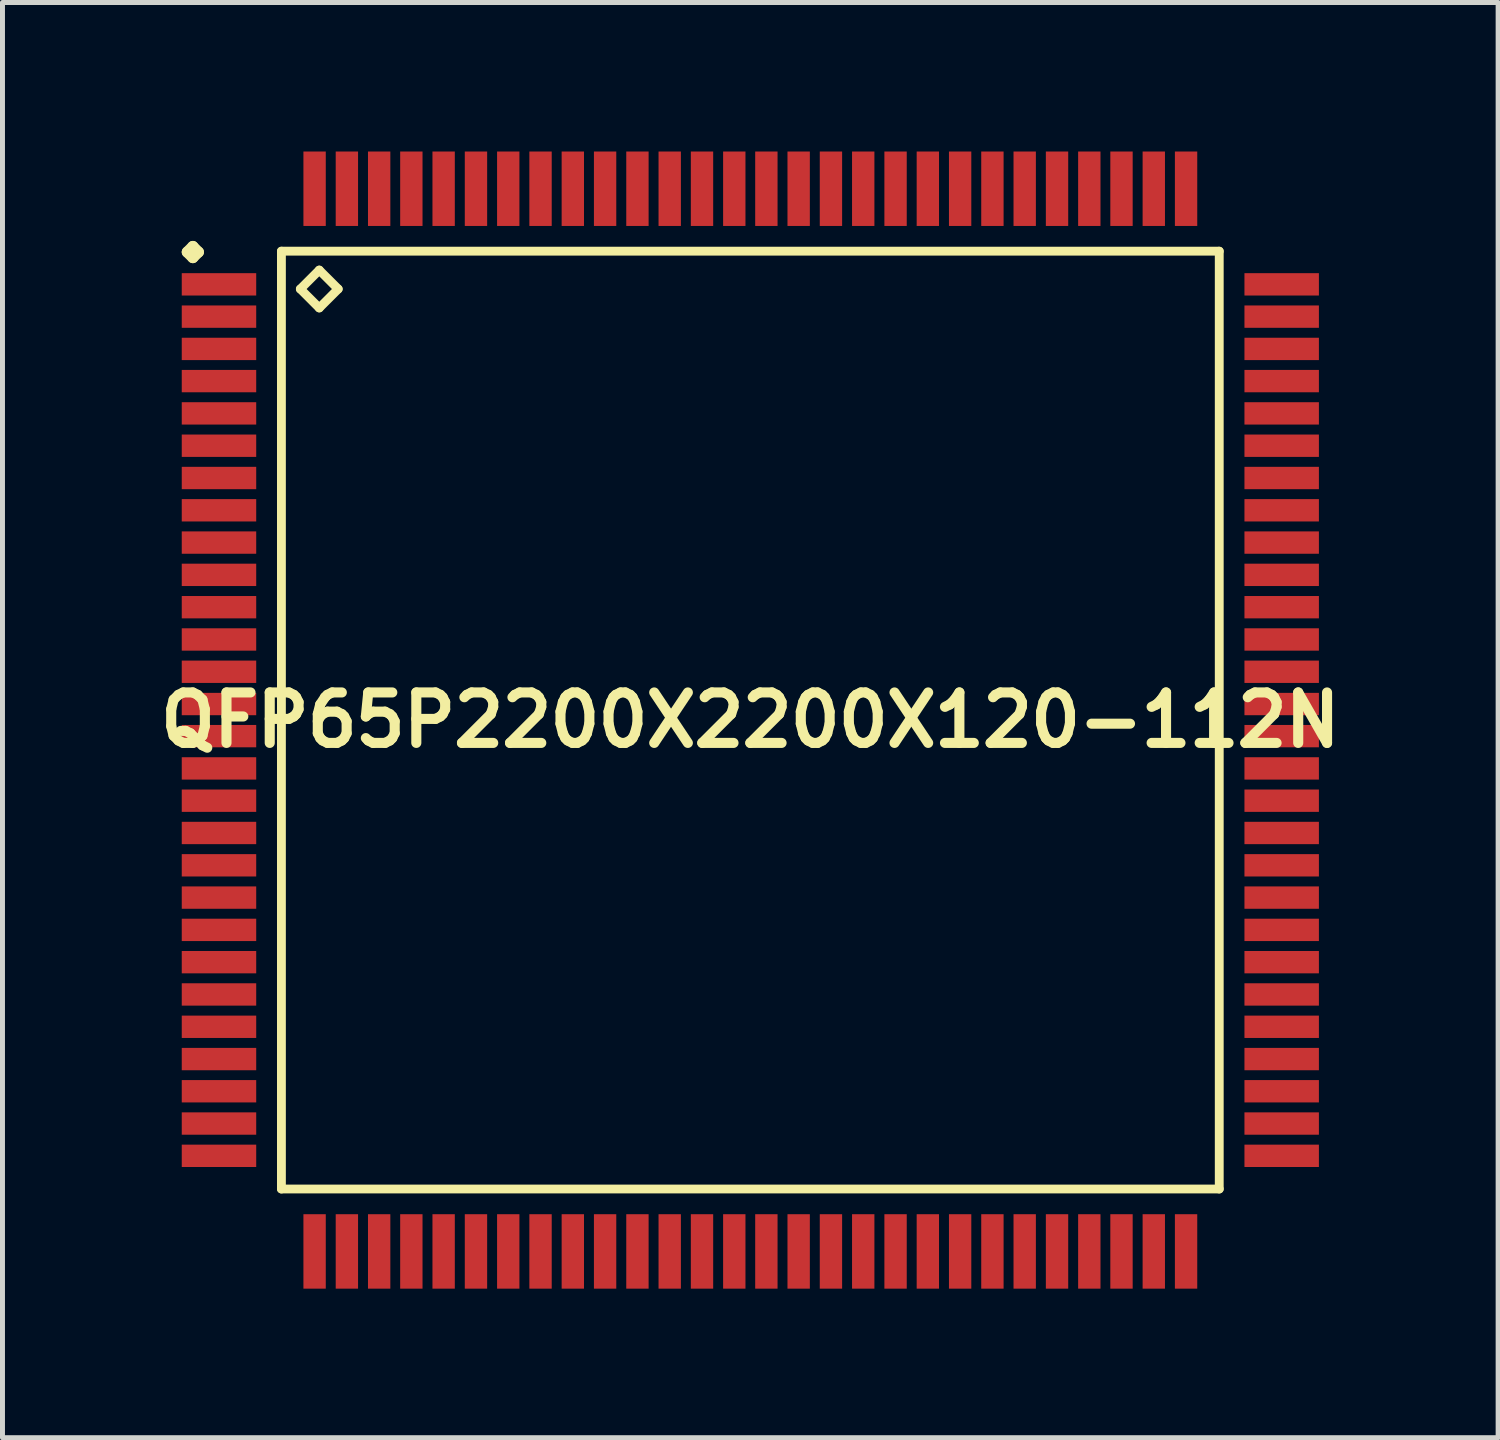
<source format=kicad_pcb>
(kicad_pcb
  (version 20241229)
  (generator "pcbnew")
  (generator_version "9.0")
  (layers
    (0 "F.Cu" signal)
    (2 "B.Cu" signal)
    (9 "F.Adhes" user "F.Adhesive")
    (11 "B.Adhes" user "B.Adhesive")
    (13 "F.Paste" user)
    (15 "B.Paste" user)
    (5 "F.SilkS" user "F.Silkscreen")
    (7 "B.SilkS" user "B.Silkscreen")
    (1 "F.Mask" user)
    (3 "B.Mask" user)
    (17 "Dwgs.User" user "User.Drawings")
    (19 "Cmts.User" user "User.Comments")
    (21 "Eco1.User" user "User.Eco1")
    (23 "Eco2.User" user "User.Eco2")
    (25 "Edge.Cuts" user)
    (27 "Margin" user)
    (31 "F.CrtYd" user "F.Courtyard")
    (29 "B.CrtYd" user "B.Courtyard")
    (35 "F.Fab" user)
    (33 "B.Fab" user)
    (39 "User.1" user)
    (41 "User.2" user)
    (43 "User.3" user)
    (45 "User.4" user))
  (footprint "QFP65P2200X2200X120-112N"
    (layer "F.Cu")
    (at 12.057 11.448)
    (property "Reference" "QFP65P2200X2200X120-112N" (at 0 0 0) (layer "F.SilkS") (effects (font (size 1.016 1.016) (thickness 0.203))))
    (attr smd)
    (fp_line (start -11.336 -9.423) (end -11.224 -9.535) (stroke (width 0.224) (type solid)) (layer "F.SilkS"))
    (fp_line (start -11.224 -9.535) (end -11.113 -9.423) (stroke (width 0.224) (type solid)) (layer "F.SilkS"))
    (fp_line (start -11.224 -9.312) (end -11.336 -9.423) (stroke (width 0.224) (type solid)) (layer "F.SilkS"))
    (fp_line (start -11.113 -9.423) (end -11.224 -9.312) (stroke (width 0.224) (type solid)) (layer "F.SilkS"))
    (fp_line (start -9.441 -9.441) (end -9.441 9.441) (stroke (width 0.178) (type solid)) (layer "F.SilkS"))
    (fp_line (start -9.441 9.441) (end 9.441 9.441) (stroke (width 0.178) (type solid)) (layer "F.SilkS"))
    (fp_line (start -9.06 -8.679) (end -8.679 -9.06) (stroke (width 0.178) (type solid)) (layer "F.SilkS"))
    (fp_line (start -8.679 -9.06) (end -8.298 -8.679) (stroke (width 0.178) (type solid)) (layer "F.SilkS"))
    (fp_line (start -8.679 -8.298) (end -9.06 -8.679) (stroke (width 0.178) (type solid)) (layer "F.SilkS"))
    (fp_line (start -8.298 -8.679) (end -8.679 -8.298) (stroke (width 0.178) (type solid)) (layer "F.SilkS"))
    (fp_line (start 9.441 -9.441) (end -9.441 -9.441) (stroke (width 0.178) (type solid)) (layer "F.SilkS"))
    (fp_line (start 9.441 9.441) (end 9.441 -9.441) (stroke (width 0.178) (type solid)) (layer "F.SilkS"))
    (pad "1" smd rect (at -10.698 -8.773) (size 1.499 0.45) (layers "F.Cu" "F.Mask" "F.Paste"))
    (pad "2" smd rect (at -10.698 -8.123) (size 1.499 0.45) (layers "F.Cu" "F.Mask" "F.Paste"))
    (pad "3" smd rect (at -10.698 -7.473) (size 1.499 0.45) (layers "F.Cu" "F.Mask" "F.Paste"))
    (pad "4" smd rect (at -10.698 -6.825) (size 1.499 0.45) (layers "F.Cu" "F.Mask" "F.Paste"))
    (pad "5" smd rect (at -10.698 -6.175) (size 1.499 0.45) (layers "F.Cu" "F.Mask" "F.Paste"))
    (pad "6" smd rect (at -10.698 -5.524) (size 1.499 0.45) (layers "F.Cu" "F.Mask" "F.Paste"))
    (pad "7" smd rect (at -10.698 -4.874) (size 1.499 0.45) (layers "F.Cu" "F.Mask" "F.Paste"))
    (pad "8" smd rect (at -10.698 -4.224) (size 1.499 0.45) (layers "F.Cu" "F.Mask" "F.Paste"))
    (pad "9" smd rect (at -10.698 -3.574) (size 1.499 0.45) (layers "F.Cu" "F.Mask" "F.Paste"))
    (pad "10" smd rect (at -10.698 -2.924) (size 1.499 0.45) (layers "F.Cu" "F.Mask" "F.Paste"))
    (pad "11" smd rect (at -10.698 -2.273) (size 1.499 0.45) (layers "F.Cu" "F.Mask" "F.Paste"))
    (pad "12" smd rect (at -10.698 -1.623) (size 1.499 0.45) (layers "F.Cu" "F.Mask" "F.Paste"))
    (pad "13" smd rect (at -10.698 -0.973) (size 1.499 0.45) (layers "F.Cu" "F.Mask" "F.Paste"))
    (pad "14" smd rect (at -10.698 -0.323) (size 1.499 0.45) (layers "F.Cu" "F.Mask" "F.Paste"))
    (pad "15" smd rect (at -10.698 0.323) (size 1.499 0.45) (layers "F.Cu" "F.Mask" "F.Paste"))
    (pad "16" smd rect (at -10.698 0.973) (size 1.499 0.45) (layers "F.Cu" "F.Mask" "F.Paste"))
    (pad "17" smd rect (at -10.698 1.623) (size 1.499 0.45) (layers "F.Cu" "F.Mask" "F.Paste"))
    (pad "18" smd rect (at -10.698 2.273) (size 1.499 0.45) (layers "F.Cu" "F.Mask" "F.Paste"))
    (pad "19" smd rect (at -10.698 2.924) (size 1.499 0.45) (layers "F.Cu" "F.Mask" "F.Paste"))
    (pad "20" smd rect (at -10.698 3.574) (size 1.499 0.45) (layers "F.Cu" "F.Mask" "F.Paste"))
    (pad "21" smd rect (at -10.698 4.224) (size 1.499 0.45) (layers "F.Cu" "F.Mask" "F.Paste"))
    (pad "22" smd rect (at -10.698 4.874) (size 1.499 0.45) (layers "F.Cu" "F.Mask" "F.Paste"))
    (pad "23" smd rect (at -10.698 5.524) (size 1.499 0.45) (layers "F.Cu" "F.Mask" "F.Paste"))
    (pad "24" smd rect (at -10.698 6.175) (size 1.499 0.45) (layers "F.Cu" "F.Mask" "F.Paste"))
    (pad "25" smd rect (at -10.698 6.825) (size 1.499 0.45) (layers "F.Cu" "F.Mask" "F.Paste"))
    (pad "26" smd rect (at -10.698 7.473) (size 1.499 0.45) (layers "F.Cu" "F.Mask" "F.Paste"))
    (pad "27" smd rect (at -10.698 8.123) (size 1.499 0.45) (layers "F.Cu" "F.Mask" "F.Paste"))
    (pad "28" smd rect (at -10.698 8.773) (size 1.499 0.45) (layers "F.Cu" "F.Mask" "F.Paste"))
    (pad "29" smd rect (at -8.773 10.698) (size 0.45 1.499) (layers "F.Cu" "F.Mask" "F.Paste"))
    (pad "30" smd rect (at -8.123 10.698) (size 0.45 1.499) (layers "F.Cu" "F.Mask" "F.Paste"))
    (pad "31" smd rect (at -7.473 10.698) (size 0.45 1.499) (layers "F.Cu" "F.Mask" "F.Paste"))
    (pad "32" smd rect (at -6.825 10.698) (size 0.45 1.499) (layers "F.Cu" "F.Mask" "F.Paste"))
    (pad "33" smd rect (at -6.175 10.698) (size 0.45 1.499) (layers "F.Cu" "F.Mask" "F.Paste"))
    (pad "34" smd rect (at -5.524 10.698) (size 0.45 1.499) (layers "F.Cu" "F.Mask" "F.Paste"))
    (pad "35" smd rect (at -4.874 10.698) (size 0.45 1.499) (layers "F.Cu" "F.Mask" "F.Paste"))
    (pad "36" smd rect (at -4.224 10.698) (size 0.45 1.499) (layers "F.Cu" "F.Mask" "F.Paste"))
    (pad "37" smd rect (at -3.574 10.698) (size 0.45 1.499) (layers "F.Cu" "F.Mask" "F.Paste"))
    (pad "38" smd rect (at -2.924 10.698) (size 0.45 1.499) (layers "F.Cu" "F.Mask" "F.Paste"))
    (pad "39" smd rect (at -2.273 10.698) (size 0.45 1.499) (layers "F.Cu" "F.Mask" "F.Paste"))
    (pad "40" smd rect (at -1.623 10.698) (size 0.45 1.499) (layers "F.Cu" "F.Mask" "F.Paste"))
    (pad "41" smd rect (at -0.973 10.698) (size 0.45 1.499) (layers "F.Cu" "F.Mask" "F.Paste"))
    (pad "42" smd rect (at -0.323 10.698) (size 0.45 1.499) (layers "F.Cu" "F.Mask" "F.Paste"))
    (pad "43" smd rect (at 0.323 10.698) (size 0.45 1.499) (layers "F.Cu" "F.Mask" "F.Paste"))
    (pad "44" smd rect (at 0.973 10.698) (size 0.45 1.499) (layers "F.Cu" "F.Mask" "F.Paste"))
    (pad "45" smd rect (at 1.623 10.698) (size 0.45 1.499) (layers "F.Cu" "F.Mask" "F.Paste"))
    (pad "46" smd rect (at 2.273 10.698) (size 0.45 1.499) (layers "F.Cu" "F.Mask" "F.Paste"))
    (pad "47" smd rect (at 2.924 10.698) (size 0.45 1.499) (layers "F.Cu" "F.Mask" "F.Paste"))
    (pad "48" smd rect (at 3.574 10.698) (size 0.45 1.499) (layers "F.Cu" "F.Mask" "F.Paste"))
    (pad "49" smd rect (at 4.224 10.698) (size 0.45 1.499) (layers "F.Cu" "F.Mask" "F.Paste"))
    (pad "50" smd rect (at 4.874 10.698) (size 0.45 1.499) (layers "F.Cu" "F.Mask" "F.Paste"))
    (pad "51" smd rect (at 5.524 10.698) (size 0.45 1.499) (layers "F.Cu" "F.Mask" "F.Paste"))
    (pad "52" smd rect (at 6.175 10.698) (size 0.45 1.499) (layers "F.Cu" "F.Mask" "F.Paste"))
    (pad "53" smd rect (at 6.825 10.698) (size 0.45 1.499) (layers "F.Cu" "F.Mask" "F.Paste"))
    (pad "54" smd rect (at 7.473 10.698) (size 0.45 1.499) (layers "F.Cu" "F.Mask" "F.Paste"))
    (pad "55" smd rect (at 8.123 10.698) (size 0.45 1.499) (layers "F.Cu" "F.Mask" "F.Paste"))
    (pad "56" smd rect (at 8.773 10.698) (size 0.45 1.499) (layers "F.Cu" "F.Mask" "F.Paste"))
    (pad "57" smd rect (at 10.698 8.773) (size 1.499 0.45) (layers "F.Cu" "F.Mask" "F.Paste"))
    (pad "58" smd rect (at 10.698 8.123) (size 1.499 0.45) (layers "F.Cu" "F.Mask" "F.Paste"))
    (pad "59" smd rect (at 10.698 7.473) (size 1.499 0.45) (layers "F.Cu" "F.Mask" "F.Paste"))
    (pad "60" smd rect (at 10.698 6.825) (size 1.499 0.45) (layers "F.Cu" "F.Mask" "F.Paste"))
    (pad "61" smd rect (at 10.698 6.175) (size 1.499 0.45) (layers "F.Cu" "F.Mask" "F.Paste"))
    (pad "62" smd rect (at 10.698 5.524) (size 1.499 0.45) (layers "F.Cu" "F.Mask" "F.Paste"))
    (pad "63" smd rect (at 10.698 4.874) (size 1.499 0.45) (layers "F.Cu" "F.Mask" "F.Paste"))
    (pad "64" smd rect (at 10.698 4.224) (size 1.499 0.45) (layers "F.Cu" "F.Mask" "F.Paste"))
    (pad "65" smd rect (at 10.698 3.574) (size 1.499 0.45) (layers "F.Cu" "F.Mask" "F.Paste"))
    (pad "66" smd rect (at 10.698 2.924) (size 1.499 0.45) (layers "F.Cu" "F.Mask" "F.Paste"))
    (pad "67" smd rect (at 10.698 2.273) (size 1.499 0.45) (layers "F.Cu" "F.Mask" "F.Paste"))
    (pad "68" smd rect (at 10.698 1.623) (size 1.499 0.45) (layers "F.Cu" "F.Mask" "F.Paste"))
    (pad "69" smd rect (at 10.698 0.973) (size 1.499 0.45) (layers "F.Cu" "F.Mask" "F.Paste"))
    (pad "70" smd rect (at 10.698 0.323) (size 1.499 0.45) (layers "F.Cu" "F.Mask" "F.Paste"))
    (pad "71" smd rect (at 10.698 -0.323) (size 1.499 0.45) (layers "F.Cu" "F.Mask" "F.Paste"))
    (pad "72" smd rect (at 10.698 -0.973) (size 1.499 0.45) (layers "F.Cu" "F.Mask" "F.Paste"))
    (pad "73" smd rect (at 10.698 -1.623) (size 1.499 0.45) (layers "F.Cu" "F.Mask" "F.Paste"))
    (pad "74" smd rect (at 10.698 -2.273) (size 1.499 0.45) (layers "F.Cu" "F.Mask" "F.Paste"))
    (pad "75" smd rect (at 10.698 -2.924) (size 1.499 0.45) (layers "F.Cu" "F.Mask" "F.Paste"))
    (pad "76" smd rect (at 10.698 -3.574) (size 1.499 0.45) (layers "F.Cu" "F.Mask" "F.Paste"))
    (pad "77" smd rect (at 10.698 -4.224) (size 1.499 0.45) (layers "F.Cu" "F.Mask" "F.Paste"))
    (pad "78" smd rect (at 10.698 -4.874) (size 1.499 0.45) (layers "F.Cu" "F.Mask" "F.Paste"))
    (pad "79" smd rect (at 10.698 -5.524) (size 1.499 0.45) (layers "F.Cu" "F.Mask" "F.Paste"))
    (pad "80" smd rect (at 10.698 -6.175) (size 1.499 0.45) (layers "F.Cu" "F.Mask" "F.Paste"))
    (pad "81" smd rect (at 10.698 -6.825) (size 1.499 0.45) (layers "F.Cu" "F.Mask" "F.Paste"))
    (pad "82" smd rect (at 10.698 -7.473) (size 1.499 0.45) (layers "F.Cu" "F.Mask" "F.Paste"))
    (pad "83" smd rect (at 10.698 -8.123) (size 1.499 0.45) (layers "F.Cu" "F.Mask" "F.Paste"))
    (pad "84" smd rect (at 10.698 -8.773) (size 1.499 0.45) (layers "F.Cu" "F.Mask" "F.Paste"))
    (pad "85" smd rect (at 8.773 -10.698) (size 0.45 1.499) (layers "F.Cu" "F.Mask" "F.Paste"))
    (pad "86" smd rect (at 8.123 -10.698) (size 0.45 1.499) (layers "F.Cu" "F.Mask" "F.Paste"))
    (pad "87" smd rect (at 7.473 -10.698) (size 0.45 1.499) (layers "F.Cu" "F.Mask" "F.Paste"))
    (pad "88" smd rect (at 6.825 -10.698) (size 0.45 1.499) (layers "F.Cu" "F.Mask" "F.Paste"))
    (pad "89" smd rect (at 6.175 -10.698) (size 0.45 1.499) (layers "F.Cu" "F.Mask" "F.Paste"))
    (pad "90" smd rect (at 5.524 -10.698) (size 0.45 1.499) (layers "F.Cu" "F.Mask" "F.Paste"))
    (pad "91" smd rect (at 4.874 -10.698) (size 0.45 1.499) (layers "F.Cu" "F.Mask" "F.Paste"))
    (pad "92" smd rect (at 4.224 -10.698) (size 0.45 1.499) (layers "F.Cu" "F.Mask" "F.Paste"))
    (pad "93" smd rect (at 3.574 -10.698) (size 0.45 1.499) (layers "F.Cu" "F.Mask" "F.Paste"))
    (pad "94" smd rect (at 2.924 -10.698) (size 0.45 1.499) (layers "F.Cu" "F.Mask" "F.Paste"))
    (pad "95" smd rect (at 2.273 -10.698) (size 0.45 1.499) (layers "F.Cu" "F.Mask" "F.Paste"))
    (pad "96" smd rect (at 1.623 -10.698) (size 0.45 1.499) (layers "F.Cu" "F.Mask" "F.Paste"))
    (pad "97" smd rect (at 0.973 -10.698) (size 0.45 1.499) (layers "F.Cu" "F.Mask" "F.Paste"))
    (pad "98" smd rect (at 0.323 -10.698) (size 0.45 1.499) (layers "F.Cu" "F.Mask" "F.Paste"))
    (pad "99" smd rect (at -0.323 -10.698) (size 0.45 1.499) (layers "F.Cu" "F.Mask" "F.Paste"))
    (pad "100" smd rect (at -0.973 -10.698) (size 0.45 1.499) (layers "F.Cu" "F.Mask" "F.Paste"))
    (pad "101" smd rect (at -1.623 -10.698) (size 0.45 1.499) (layers "F.Cu" "F.Mask" "F.Paste"))
    (pad "102" smd rect (at -2.273 -10.698) (size 0.45 1.499) (layers "F.Cu" "F.Mask" "F.Paste"))
    (pad "103" smd rect (at -2.924 -10.698) (size 0.45 1.499) (layers "F.Cu" "F.Mask" "F.Paste"))
    (pad "104" smd rect (at -3.574 -10.698) (size 0.45 1.499) (layers "F.Cu" "F.Mask" "F.Paste"))
    (pad "105" smd rect (at -4.224 -10.698) (size 0.45 1.499) (layers "F.Cu" "F.Mask" "F.Paste"))
    (pad "106" smd rect (at -4.874 -10.698) (size 0.45 1.499) (layers "F.Cu" "F.Mask" "F.Paste"))
    (pad "107" smd rect (at -5.524 -10.698) (size 0.45 1.499) (layers "F.Cu" "F.Mask" "F.Paste"))
    (pad "108" smd rect (at -6.175 -10.698) (size 0.45 1.499) (layers "F.Cu" "F.Mask" "F.Paste"))
    (pad "109" smd rect (at -6.825 -10.698) (size 0.45 1.499) (layers "F.Cu" "F.Mask" "F.Paste"))
    (pad "110" smd rect (at -7.473 -10.698) (size 0.45 1.499) (layers "F.Cu" "F.Mask" "F.Paste"))
    (pad "111" smd rect (at -8.123 -10.698) (size 0.45 1.499) (layers "F.Cu" "F.Mask" "F.Paste"))
    (pad "112" smd rect (at -8.773 -10.698) (size 0.45 1.499) (layers "F.Cu" "F.Mask" "F.Paste")))
  (gr_rect
    (start -3 -3)
    (end 27.113 25.896)
    (stroke (width 0.1) (type default))
    (fill no)
    (layer "Edge.Cuts")))
</source>
